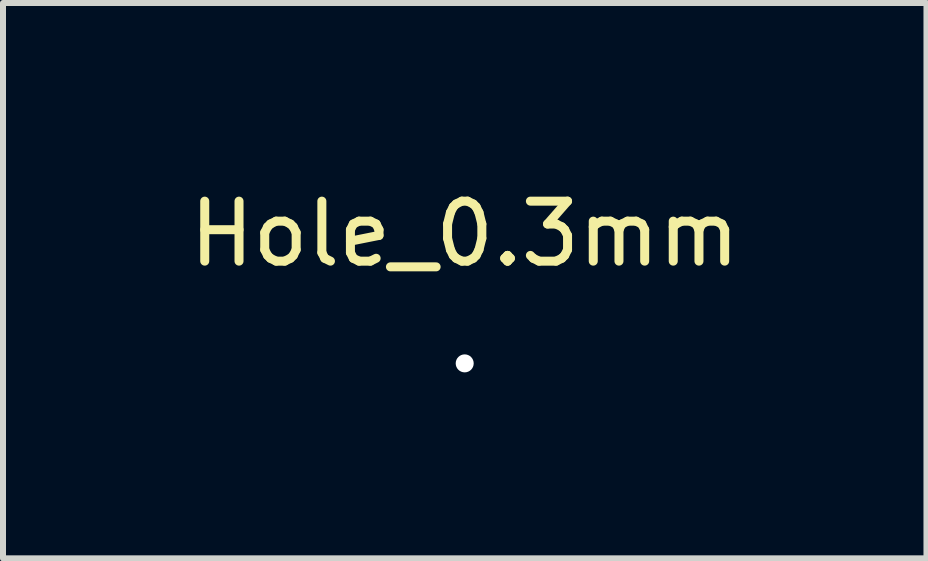
<source format=kicad_pcb>
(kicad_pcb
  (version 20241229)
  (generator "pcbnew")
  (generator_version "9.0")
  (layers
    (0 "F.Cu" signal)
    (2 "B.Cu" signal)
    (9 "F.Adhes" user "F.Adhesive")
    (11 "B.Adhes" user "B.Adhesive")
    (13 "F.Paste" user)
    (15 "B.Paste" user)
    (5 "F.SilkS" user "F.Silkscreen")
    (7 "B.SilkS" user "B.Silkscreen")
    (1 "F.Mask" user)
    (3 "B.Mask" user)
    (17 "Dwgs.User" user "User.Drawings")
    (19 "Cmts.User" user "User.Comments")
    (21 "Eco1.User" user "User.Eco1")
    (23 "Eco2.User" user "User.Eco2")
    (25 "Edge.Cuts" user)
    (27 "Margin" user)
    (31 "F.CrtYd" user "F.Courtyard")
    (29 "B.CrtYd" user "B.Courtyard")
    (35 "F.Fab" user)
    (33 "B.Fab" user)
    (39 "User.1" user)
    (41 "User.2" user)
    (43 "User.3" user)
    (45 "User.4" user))
  (footprint "Hole_0.3mm"
    (layer "F.Cu")
    (at 4.696 3.007)
    (property "Reference" "Hole_0.3mm" (at 0 -2.159 0) (layer "F.SilkS") (effects (font (size 1 1) (thickness 0.15))))
    (attr through_hole)
    (pad "" np_thru_hole circle (at 0 0) (size 0.3 0.3) (drill 0.3) (layers "*.Cu" "*.Mask")))
  (gr_rect
    (start -3 -3)
    (end 12.393 6.257)
    (stroke (width 0.1) (type default))
    (fill no)
    (layer "Edge.Cuts")))
</source>
